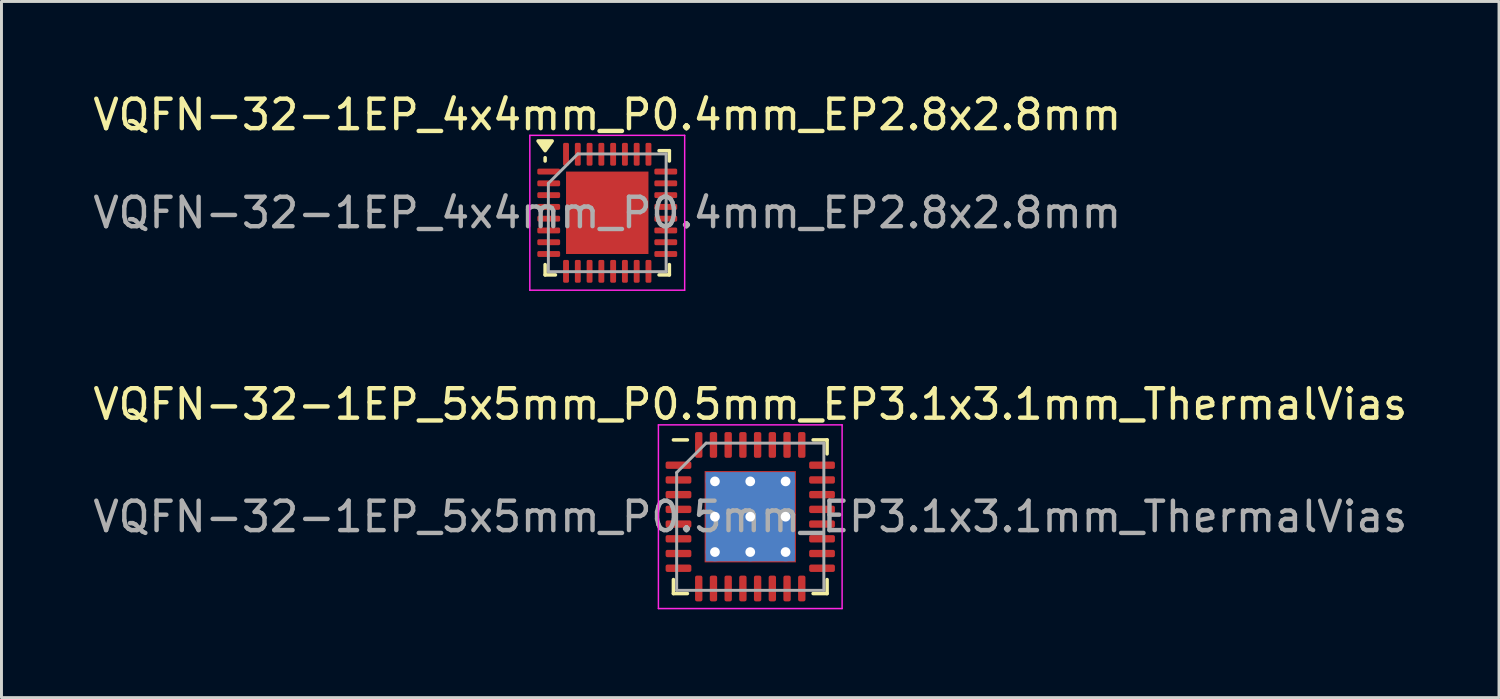
<source format=kicad_pcb>
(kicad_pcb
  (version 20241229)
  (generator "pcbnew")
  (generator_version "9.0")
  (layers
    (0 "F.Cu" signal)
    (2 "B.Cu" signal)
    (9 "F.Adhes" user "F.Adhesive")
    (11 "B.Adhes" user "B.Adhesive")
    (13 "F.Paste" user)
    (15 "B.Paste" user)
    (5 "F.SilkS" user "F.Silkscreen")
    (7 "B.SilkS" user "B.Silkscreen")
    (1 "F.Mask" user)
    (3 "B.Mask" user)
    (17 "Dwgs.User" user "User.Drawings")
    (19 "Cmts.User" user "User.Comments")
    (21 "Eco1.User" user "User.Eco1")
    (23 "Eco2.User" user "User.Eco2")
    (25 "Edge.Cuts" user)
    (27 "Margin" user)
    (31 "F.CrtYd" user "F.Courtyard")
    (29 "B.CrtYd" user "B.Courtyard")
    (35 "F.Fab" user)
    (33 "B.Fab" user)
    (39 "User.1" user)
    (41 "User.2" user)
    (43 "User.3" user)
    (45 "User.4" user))
  (footprint "VQFN-32-1EP_4x4mm_P0.4mm_EP2.8x2.8mm"
    (layer "F.Cu")
    (at 17.577 4.178)
    (property "Reference" "VQFN-32-1EP_4x4mm_P0.4mm_EP2.8x2.8mm" (at 0 -3.33 0) (layer "F.SilkS") (effects (font (size 1 1) (thickness 0.15))))
    (attr smd)
    (fp_line (start -2.11 -1.76) (end -2.11 -1.87) (stroke (width 0.12) (type solid)) (layer "F.SilkS"))
    (fp_line (start -2.11 2.11) (end -2.11 1.76) (stroke (width 0.12) (type solid)) (layer "F.SilkS"))
    (fp_line (start -1.76 2.11) (end -2.11 2.11) (stroke (width 0.12) (type solid)) (layer "F.SilkS"))
    (fp_line (start 1.76 -2.11) (end 2.11 -2.11) (stroke (width 0.12) (type solid)) (layer "F.SilkS"))
    (fp_line (start 1.76 2.11) (end 2.11 2.11) (stroke (width 0.12) (type solid)) (layer "F.SilkS"))
    (fp_line (start 2.11 -2.11) (end 2.11 -1.76) (stroke (width 0.12) (type solid)) (layer "F.SilkS"))
    (fp_line (start 2.11 2.11) (end 2.11 1.76) (stroke (width 0.12) (type solid)) (layer "F.SilkS"))
    (fp_poly (pts (xy -2.11 -2.11) (xy -2.35 -2.44) (xy -1.87 -2.44) (xy -2.11 -2.11)) (stroke (width 0.12) (type solid)) (fill yes) (layer "F.SilkS"))
    (fp_line (start -2.63 -2.63) (end -2.63 2.63) (stroke (width 0.05) (type solid)) (layer "F.CrtYd"))
    (fp_line (start -2.63 2.63) (end 2.63 2.63) (stroke (width 0.05) (type solid)) (layer "F.CrtYd"))
    (fp_line (start 2.63 -2.63) (end -2.63 -2.63) (stroke (width 0.05) (type solid)) (layer "F.CrtYd"))
    (fp_line (start 2.63 2.63) (end 2.63 -2.63) (stroke (width 0.05) (type solid)) (layer "F.CrtYd"))
    (fp_line (start -2 -1) (end -1 -2) (stroke (width 0.1) (type solid)) (layer "F.Fab"))
    (fp_line (start -2 2) (end -2 -1) (stroke (width 0.1) (type solid)) (layer "F.Fab"))
    (fp_line (start -1 -2) (end 2 -2) (stroke (width 0.1) (type solid)) (layer "F.Fab"))
    (fp_line (start 2 -2) (end 2 2) (stroke (width 0.1) (type solid)) (layer "F.Fab"))
    (fp_line (start 2 2) (end -2 2) (stroke (width 0.1) (type solid)) (layer "F.Fab"))
    (fp_text user "${REFERENCE}" (at 0 0 0) (layer "F.Fab") (effects (font (size 1 1) (thickness 0.15))))
    (pad "" smd roundrect (at -0.7 -0.7) (size 1.13 1.13) (layers "F.Paste") (roundrect_rratio 0.221))
    (pad "" smd roundrect (at -0.7 0.7) (size 1.13 1.13) (layers "F.Paste") (roundrect_rratio 0.221))
    (pad "" smd roundrect (at 0.7 -0.7) (size 1.13 1.13) (layers "F.Paste") (roundrect_rratio 0.221))
    (pad "" smd roundrect (at 0.7 0.7) (size 1.13 1.13) (layers "F.Paste") (roundrect_rratio 0.221))
    (pad "1" smd roundrect (at -1.988 -1.4) (size 0.775 0.2) (layers "F.Cu" "F.Mask" "F.Paste") (roundrect_rratio 0.25))
    (pad "2" smd roundrect (at -1.988 -1) (size 0.775 0.2) (layers "F.Cu" "F.Mask" "F.Paste") (roundrect_rratio 0.25))
    (pad "3" smd roundrect (at -1.988 -0.6) (size 0.775 0.2) (layers "F.Cu" "F.Mask" "F.Paste") (roundrect_rratio 0.25))
    (pad "4" smd roundrect (at -1.988 -0.2) (size 0.775 0.2) (layers "F.Cu" "F.Mask" "F.Paste") (roundrect_rratio 0.25))
    (pad "5" smd roundrect (at -1.988 0.2) (size 0.775 0.2) (layers "F.Cu" "F.Mask" "F.Paste") (roundrect_rratio 0.25))
    (pad "6" smd roundrect (at -1.988 0.6) (size 0.775 0.2) (layers "F.Cu" "F.Mask" "F.Paste") (roundrect_rratio 0.25))
    (pad "7" smd roundrect (at -1.988 1) (size 0.775 0.2) (layers "F.Cu" "F.Mask" "F.Paste") (roundrect_rratio 0.25))
    (pad "8" smd roundrect (at -1.988 1.4) (size 0.775 0.2) (layers "F.Cu" "F.Mask" "F.Paste") (roundrect_rratio 0.25))
    (pad "9" smd roundrect (at -1.4 1.988) (size 0.2 0.775) (layers "F.Cu" "F.Mask" "F.Paste") (roundrect_rratio 0.25))
    (pad "10" smd roundrect (at -1 1.988) (size 0.2 0.775) (layers "F.Cu" "F.Mask" "F.Paste") (roundrect_rratio 0.25))
    (pad "11" smd roundrect (at -0.6 1.988) (size 0.2 0.775) (layers "F.Cu" "F.Mask" "F.Paste") (roundrect_rratio 0.25))
    (pad "12" smd roundrect (at -0.2 1.988) (size 0.2 0.775) (layers "F.Cu" "F.Mask" "F.Paste") (roundrect_rratio 0.25))
    (pad "13" smd roundrect (at 0.2 1.988) (size 0.2 0.775) (layers "F.Cu" "F.Mask" "F.Paste") (roundrect_rratio 0.25))
    (pad "14" smd roundrect (at 0.6 1.988) (size 0.2 0.775) (layers "F.Cu" "F.Mask" "F.Paste") (roundrect_rratio 0.25))
    (pad "15" smd roundrect (at 1 1.988) (size 0.2 0.775) (layers "F.Cu" "F.Mask" "F.Paste") (roundrect_rratio 0.25))
    (pad "16" smd roundrect (at 1.4 1.988) (size 0.2 0.775) (layers "F.Cu" "F.Mask" "F.Paste") (roundrect_rratio 0.25))
    (pad "17" smd roundrect (at 1.988 1.4) (size 0.775 0.2) (layers "F.Cu" "F.Mask" "F.Paste") (roundrect_rratio 0.25))
    (pad "18" smd roundrect (at 1.988 1) (size 0.775 0.2) (layers "F.Cu" "F.Mask" "F.Paste") (roundrect_rratio 0.25))
    (pad "19" smd roundrect (at 1.988 0.6) (size 0.775 0.2) (layers "F.Cu" "F.Mask" "F.Paste") (roundrect_rratio 0.25))
    (pad "20" smd roundrect (at 1.988 0.2) (size 0.775 0.2) (layers "F.Cu" "F.Mask" "F.Paste") (roundrect_rratio 0.25))
    (pad "21" smd roundrect (at 1.988 -0.2) (size 0.775 0.2) (layers "F.Cu" "F.Mask" "F.Paste") (roundrect_rratio 0.25))
    (pad "22" smd roundrect (at 1.988 -0.6) (size 0.775 0.2) (layers "F.Cu" "F.Mask" "F.Paste") (roundrect_rratio 0.25))
    (pad "23" smd roundrect (at 1.988 -1) (size 0.775 0.2) (layers "F.Cu" "F.Mask" "F.Paste") (roundrect_rratio 0.25))
    (pad "24" smd roundrect (at 1.988 -1.4) (size 0.775 0.2) (layers "F.Cu" "F.Mask" "F.Paste") (roundrect_rratio 0.25))
    (pad "25" smd roundrect (at 1.4 -1.988) (size 0.2 0.775) (layers "F.Cu" "F.Mask" "F.Paste") (roundrect_rratio 0.25))
    (pad "26" smd roundrect (at 1 -1.988) (size 0.2 0.775) (layers "F.Cu" "F.Mask" "F.Paste") (roundrect_rratio 0.25))
    (pad "27" smd roundrect (at 0.6 -1.988) (size 0.2 0.775) (layers "F.Cu" "F.Mask" "F.Paste") (roundrect_rratio 0.25))
    (pad "28" smd roundrect (at 0.2 -1.988) (size 0.2 0.775) (layers "F.Cu" "F.Mask" "F.Paste") (roundrect_rratio 0.25))
    (pad "29" smd roundrect (at -0.2 -1.988) (size 0.2 0.775) (layers "F.Cu" "F.Mask" "F.Paste") (roundrect_rratio 0.25))
    (pad "30" smd roundrect (at -0.6 -1.988) (size 0.2 0.775) (layers "F.Cu" "F.Mask" "F.Paste") (roundrect_rratio 0.25))
    (pad "31" smd roundrect (at -1 -1.988) (size 0.2 0.775) (layers "F.Cu" "F.Mask" "F.Paste") (roundrect_rratio 0.25))
    (pad "32" smd roundrect (at -1.4 -1.988) (size 0.2 0.775) (layers "F.Cu" "F.Mask" "F.Paste") (roundrect_rratio 0.25))
    (pad "33" smd rect (at 0 0) (size 2.8 2.8) (property pad_prop_heatsink) (layers "F.Cu" "F.Mask")))
  (footprint "VQFN-32-1EP_5x5mm_P0.5mm_EP3.1x3.1mm_ThermalVias"
    (layer "F.Cu")
    (at 22.435 14.502)
    (property "Reference" "VQFN-32-1EP_5x5mm_P0.5mm_EP3.1x3.1mm_ThermalVias" (at 0 -3.82 0) (layer "F.SilkS") (effects (font (size 1 1) (thickness 0.15))))
    (attr smd)
    (fp_line (start -2.61 2.61) (end -2.61 2.135) (stroke (width 0.12) (type solid)) (layer "F.SilkS"))
    (fp_line (start -2.135 -2.61) (end -2.61 -2.61) (stroke (width 0.12) (type solid)) (layer "F.SilkS"))
    (fp_line (start -2.135 2.61) (end -2.61 2.61) (stroke (width 0.12) (type solid)) (layer "F.SilkS"))
    (fp_line (start 2.135 -2.61) (end 2.61 -2.61) (stroke (width 0.12) (type solid)) (layer "F.SilkS"))
    (fp_line (start 2.135 2.61) (end 2.61 2.61) (stroke (width 0.12) (type solid)) (layer "F.SilkS"))
    (fp_line (start 2.61 -2.61) (end 2.61 -2.135) (stroke (width 0.12) (type solid)) (layer "F.SilkS"))
    (fp_line (start 2.61 2.61) (end 2.61 2.135) (stroke (width 0.12) (type solid)) (layer "F.SilkS"))
    (fp_line (start -3.12 -3.12) (end -3.12 3.12) (stroke (width 0.05) (type solid)) (layer "F.CrtYd"))
    (fp_line (start -3.12 3.12) (end 3.12 3.12) (stroke (width 0.05) (type solid)) (layer "F.CrtYd"))
    (fp_line (start 3.12 -3.12) (end -3.12 -3.12) (stroke (width 0.05) (type solid)) (layer "F.CrtYd"))
    (fp_line (start 3.12 3.12) (end 3.12 -3.12) (stroke (width 0.05) (type solid)) (layer "F.CrtYd"))
    (fp_line (start -2.5 -1.5) (end -1.5 -2.5) (stroke (width 0.1) (type solid)) (layer "F.Fab"))
    (fp_line (start -2.5 2.5) (end -2.5 -1.5) (stroke (width 0.1) (type solid)) (layer "F.Fab"))
    (fp_line (start -1.5 -2.5) (end 2.5 -2.5) (stroke (width 0.1) (type solid)) (layer "F.Fab"))
    (fp_line (start 2.5 -2.5) (end 2.5 2.5) (stroke (width 0.1) (type solid)) (layer "F.Fab"))
    (fp_line (start 2.5 2.5) (end -2.5 2.5) (stroke (width 0.1) (type solid)) (layer "F.Fab"))
    (fp_text user "${REFERENCE}" (at 0 0 0) (layer "F.Fab") (effects (font (size 1 1) (thickness 0.15))))
    (pad "" smd roundrect (at -0.775 -0.775) (size 1.3 1.3) (layers "F.Paste") (roundrect_rratio 0.192))
    (pad "" smd roundrect (at -0.775 0.775) (size 1.3 1.3) (layers "F.Paste") (roundrect_rratio 0.192))
    (pad "" smd roundrect (at 0.775 -0.775) (size 1.3 1.3) (layers "F.Paste") (roundrect_rratio 0.192))
    (pad "" smd roundrect (at 0.775 0.775) (size 1.3 1.3) (layers "F.Paste") (roundrect_rratio 0.192))
    (pad "1" smd roundrect (at -2.438 -1.75) (size 0.875 0.25) (layers "F.Cu" "F.Mask" "F.Paste") (roundrect_rratio 0.25))
    (pad "2" smd roundrect (at -2.438 -1.25) (size 0.875 0.25) (layers "F.Cu" "F.Mask" "F.Paste") (roundrect_rratio 0.25))
    (pad "3" smd roundrect (at -2.438 -0.75) (size 0.875 0.25) (layers "F.Cu" "F.Mask" "F.Paste") (roundrect_rratio 0.25))
    (pad "4" smd roundrect (at -2.438 -0.25) (size 0.875 0.25) (layers "F.Cu" "F.Mask" "F.Paste") (roundrect_rratio 0.25))
    (pad "5" smd roundrect (at -2.438 0.25) (size 0.875 0.25) (layers "F.Cu" "F.Mask" "F.Paste") (roundrect_rratio 0.25))
    (pad "6" smd roundrect (at -2.438 0.75) (size 0.875 0.25) (layers "F.Cu" "F.Mask" "F.Paste") (roundrect_rratio 0.25))
    (pad "7" smd roundrect (at -2.438 1.25) (size 0.875 0.25) (layers "F.Cu" "F.Mask" "F.Paste") (roundrect_rratio 0.25))
    (pad "8" smd roundrect (at -2.438 1.75) (size 0.875 0.25) (layers "F.Cu" "F.Mask" "F.Paste") (roundrect_rratio 0.25))
    (pad "9" smd roundrect (at -1.75 2.438) (size 0.25 0.875) (layers "F.Cu" "F.Mask" "F.Paste") (roundrect_rratio 0.25))
    (pad "10" smd roundrect (at -1.25 2.438) (size 0.25 0.875) (layers "F.Cu" "F.Mask" "F.Paste") (roundrect_rratio 0.25))
    (pad "11" smd roundrect (at -0.75 2.438) (size 0.25 0.875) (layers "F.Cu" "F.Mask" "F.Paste") (roundrect_rratio 0.25))
    (pad "12" smd roundrect (at -0.25 2.438) (size 0.25 0.875) (layers "F.Cu" "F.Mask" "F.Paste") (roundrect_rratio 0.25))
    (pad "13" smd roundrect (at 0.25 2.438) (size 0.25 0.875) (layers "F.Cu" "F.Mask" "F.Paste") (roundrect_rratio 0.25))
    (pad "14" smd roundrect (at 0.75 2.438) (size 0.25 0.875) (layers "F.Cu" "F.Mask" "F.Paste") (roundrect_rratio 0.25))
    (pad "15" smd roundrect (at 1.25 2.438) (size 0.25 0.875) (layers "F.Cu" "F.Mask" "F.Paste") (roundrect_rratio 0.25))
    (pad "16" smd roundrect (at 1.75 2.438) (size 0.25 0.875) (layers "F.Cu" "F.Mask" "F.Paste") (roundrect_rratio 0.25))
    (pad "17" smd roundrect (at 2.438 1.75) (size 0.875 0.25) (layers "F.Cu" "F.Mask" "F.Paste") (roundrect_rratio 0.25))
    (pad "18" smd roundrect (at 2.438 1.25) (size 0.875 0.25) (layers "F.Cu" "F.Mask" "F.Paste") (roundrect_rratio 0.25))
    (pad "19" smd roundrect (at 2.438 0.75) (size 0.875 0.25) (layers "F.Cu" "F.Mask" "F.Paste") (roundrect_rratio 0.25))
    (pad "20" smd roundrect (at 2.438 0.25) (size 0.875 0.25) (layers "F.Cu" "F.Mask" "F.Paste") (roundrect_rratio 0.25))
    (pad "21" smd roundrect (at 2.438 -0.25) (size 0.875 0.25) (layers "F.Cu" "F.Mask" "F.Paste") (roundrect_rratio 0.25))
    (pad "22" smd roundrect (at 2.438 -0.75) (size 0.875 0.25) (layers "F.Cu" "F.Mask" "F.Paste") (roundrect_rratio 0.25))
    (pad "23" smd roundrect (at 2.438 -1.25) (size 0.875 0.25) (layers "F.Cu" "F.Mask" "F.Paste") (roundrect_rratio 0.25))
    (pad "24" smd roundrect (at 2.438 -1.75) (size 0.875 0.25) (layers "F.Cu" "F.Mask" "F.Paste") (roundrect_rratio 0.25))
    (pad "25" smd roundrect (at 1.75 -2.438) (size 0.25 0.875) (layers "F.Cu" "F.Mask" "F.Paste") (roundrect_rratio 0.25))
    (pad "26" smd roundrect (at 1.25 -2.438) (size 0.25 0.875) (layers "F.Cu" "F.Mask" "F.Paste") (roundrect_rratio 0.25))
    (pad "27" smd roundrect (at 0.75 -2.438) (size 0.25 0.875) (layers "F.Cu" "F.Mask" "F.Paste") (roundrect_rratio 0.25))
    (pad "28" smd roundrect (at 0.25 -2.438) (size 0.25 0.875) (layers "F.Cu" "F.Mask" "F.Paste") (roundrect_rratio 0.25))
    (pad "29" smd roundrect (at -0.25 -2.438) (size 0.25 0.875) (layers "F.Cu" "F.Mask" "F.Paste") (roundrect_rratio 0.25))
    (pad "30" smd roundrect (at -0.75 -2.438) (size 0.25 0.875) (layers "F.Cu" "F.Mask" "F.Paste") (roundrect_rratio 0.25))
    (pad "31" smd roundrect (at -1.25 -2.438) (size 0.25 0.875) (layers "F.Cu" "F.Mask" "F.Paste") (roundrect_rratio 0.25))
    (pad "32" smd roundrect (at -1.75 -2.438) (size 0.25 0.875) (layers "F.Cu" "F.Mask" "F.Paste") (roundrect_rratio 0.25))
    (pad "33" thru_hole circle (at -1.2 -1.2) (size 0.63 0.63) (drill 0.33) (layers "*.Cu"))
    (pad "33" thru_hole circle (at -1.2 0) (size 0.63 0.63) (drill 0.33) (layers "*.Cu"))
    (pad "33" thru_hole circle (at -1.2 1.2) (size 0.63 0.63) (drill 0.33) (layers "*.Cu"))
    (pad "33" thru_hole circle (at 0 -1.2) (size 0.63 0.63) (drill 0.33) (layers "*.Cu"))
    (pad "33" thru_hole circle (at 0 0) (size 0.63 0.63) (drill 0.33) (layers "*.Cu"))
    (pad "33" smd rect (at 0 0) (size 3.03 3.03) (layers "B.Cu"))
    (pad "33" smd rect (at 0 0) (size 3.1 3.1) (layers "F.Cu" "F.Mask"))
    (pad "33" thru_hole circle (at 0 1.2) (size 0.63 0.63) (drill 0.33) (layers "*.Cu"))
    (pad "33" thru_hole circle (at 1.2 -1.2) (size 0.63 0.63) (drill 0.33) (layers "*.Cu"))
    (pad "33" thru_hole circle (at 1.2 0) (size 0.63 0.63) (drill 0.33) (layers "*.Cu"))
    (pad "33" thru_hole circle (at 1.2 1.2) (size 0.63 0.63) (drill 0.33) (layers "*.Cu")))
  (gr_rect
    (start -3 -3)
    (end 47.869 20.646)
    (stroke (width 0.1) (type default))
    (fill no)
    (layer "Edge.Cuts")))
</source>
